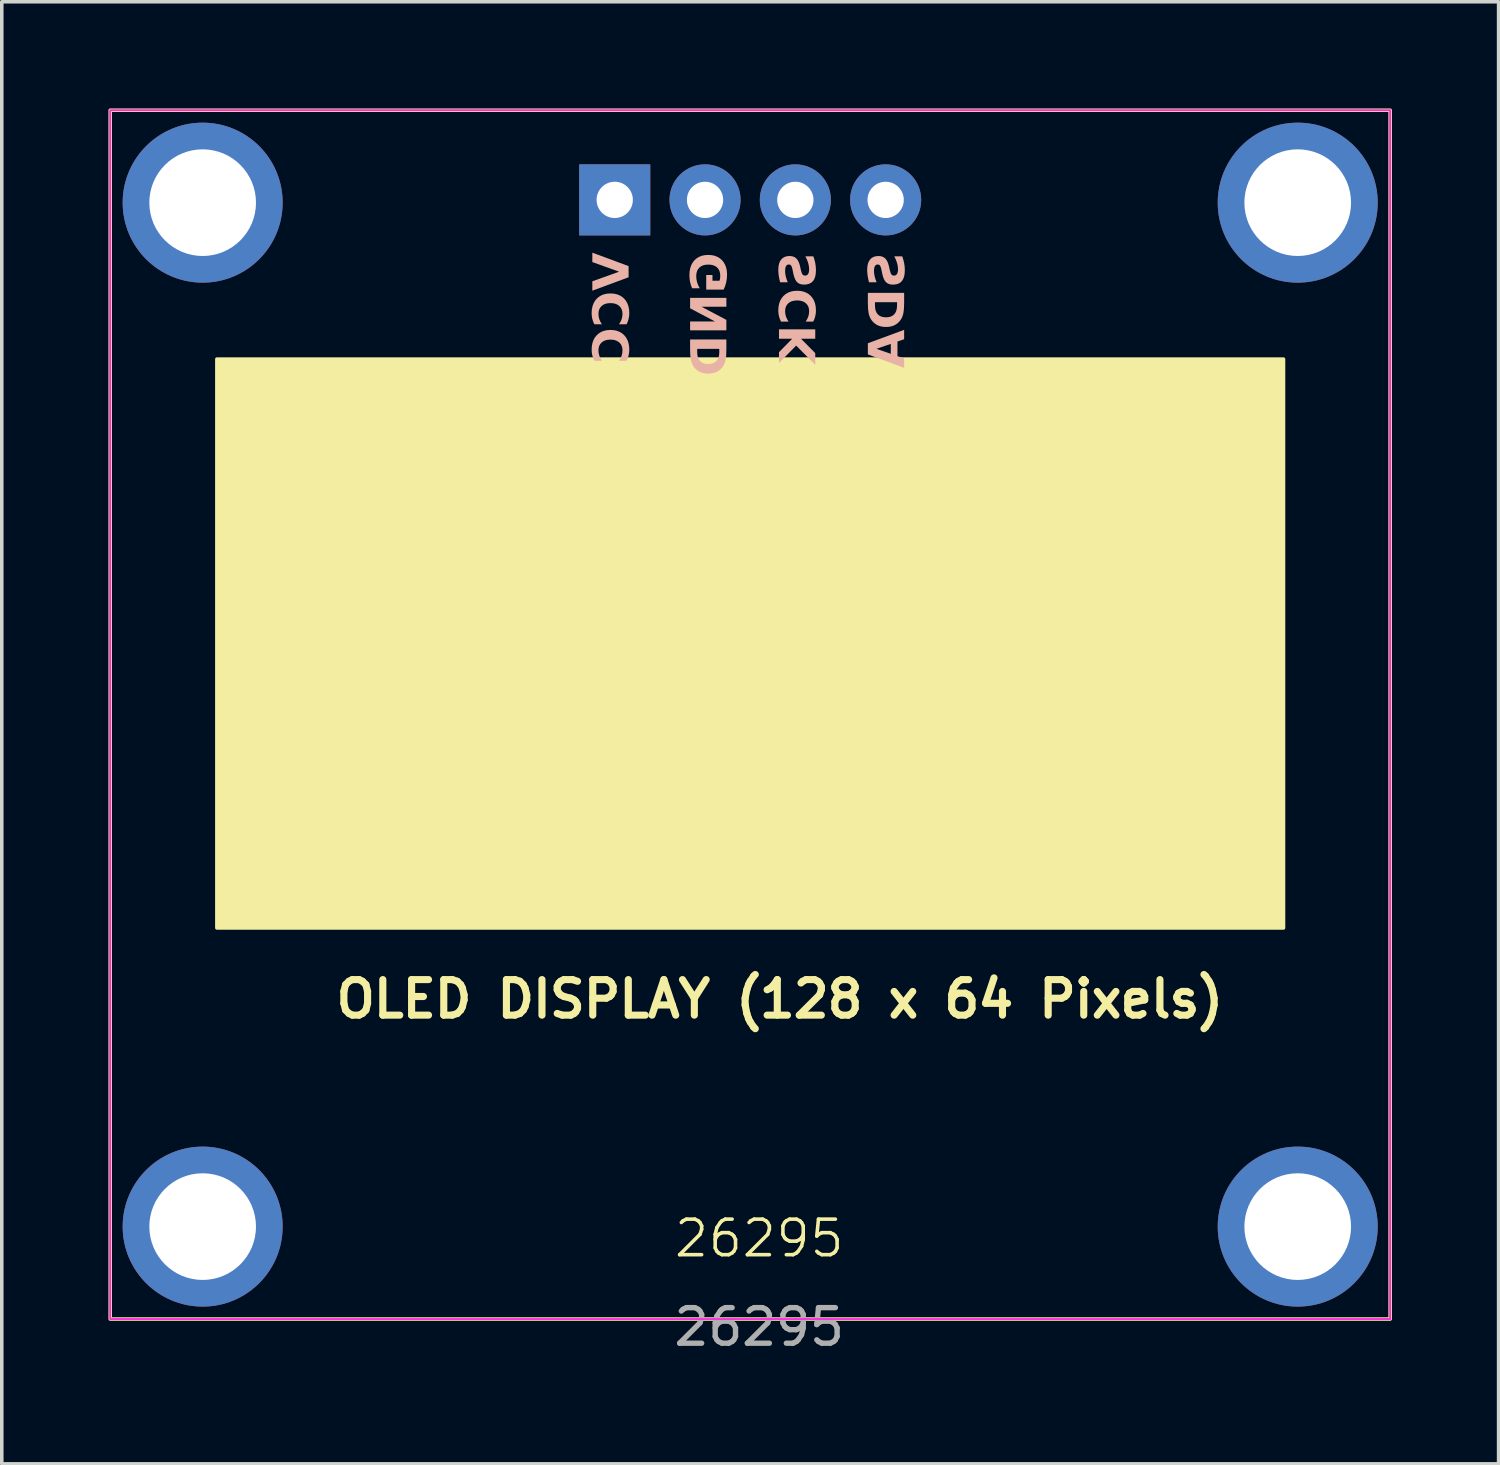
<source format=kicad_pcb>
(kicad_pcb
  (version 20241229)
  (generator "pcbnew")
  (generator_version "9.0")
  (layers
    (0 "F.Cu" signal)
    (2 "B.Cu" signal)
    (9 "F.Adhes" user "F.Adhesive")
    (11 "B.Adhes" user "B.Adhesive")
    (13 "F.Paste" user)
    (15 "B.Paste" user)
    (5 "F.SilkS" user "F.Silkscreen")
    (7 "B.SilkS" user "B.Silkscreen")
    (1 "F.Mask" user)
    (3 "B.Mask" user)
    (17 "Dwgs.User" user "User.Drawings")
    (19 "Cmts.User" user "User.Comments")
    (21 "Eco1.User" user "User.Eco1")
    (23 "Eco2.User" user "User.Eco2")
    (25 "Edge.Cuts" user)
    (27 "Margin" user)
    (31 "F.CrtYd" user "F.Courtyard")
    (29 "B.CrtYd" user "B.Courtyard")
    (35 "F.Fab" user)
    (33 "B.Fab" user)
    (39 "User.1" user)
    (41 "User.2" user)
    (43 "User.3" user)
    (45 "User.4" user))
  (footprint "26295"
    (layer "F.Cu")
    (at 18.05 17.05)
    (property "Reference" "26295" (at 0.254 14.732 0) (unlocked yes) (layer "F.SilkS") (effects (font (size 1 1) (thickness 0.1))))
    (attr smd)
    (fp_rect (start -18 -17) (end 18 17) (stroke (width 0.1) (type default)) (fill no) (layer "F.SilkS"))
    (fp_rect (start -15 -10) (end 15 6) (stroke (width 0.1) (type solid)) (fill yes) (layer "F.SilkS"))
    (fp_rect (start -18 -17) (end 18 17) (stroke (width 0.05) (type solid)) (fill no) (layer "B.SilkS"))
    (fp_rect (start -18 -17) (end 18 17) (stroke (width 0.05) (type default)) (fill no) (layer "F.CrtYd"))
    (fp_text user "OLED DISPLAY (128 x 64 Pixels)" (at -11.75 8 0) (unlocked yes) (layer "F.SilkS") (effects (font (size 1 1) (thickness 0.2) (bold yes)) (justify left)))
    (fp_text user "SCK" (at 2 -13 90) (unlocked yes) (layer "B.SilkS") (effects (font (face "Arial") (size 1 1) (thickness 0.2) (bold yes)) (justify left bottom mirror)))
    (fp_text user "GND" (at -0.5 -13 90) (unlocked yes) (layer "B.SilkS") (effects (font (face "Arial") (size 1 1) (thickness 0.2) (bold yes)) (justify left bottom mirror)))
    (fp_text user "SDA" (at 4.5 -13 90) (unlocked yes) (layer "B.SilkS") (effects (font (face "Arial") (size 1 1) (thickness 0.2) (bold yes)) (justify left bottom mirror)))
    (fp_text user "VCC" (at -3.25 -13 90) (unlocked yes) (layer "B.SilkS") (effects (font (face "Arial") (size 1 1) (thickness 0.2) (bold yes)) (justify left bottom mirror)))
    (fp_text user "${REFERENCE}" (at 0.254 17.224 0) (unlocked yes) (layer "F.Fab") (effects (font (size 1 1) (thickness 0.15))))
    (pad "" np_thru_hole circle (at -15.4 -14.4) (size 4.5 4.5) (drill 3) (layers "*.Cu" "*.Mask"))
    (pad "" np_thru_hole circle (at -15.4 14.4) (size 4.5 4.5) (drill 3) (layers "*.Cu" "*.Mask"))
    (pad "" np_thru_hole circle (at 15.4 -14.4) (size 4.5 4.5) (drill 3) (layers "*.Cu" "*.Mask"))
    (pad "" np_thru_hole circle (at 15.4 14.4) (size 4.5 4.5) (drill 3) (layers "*.Cu" "*.Mask"))
    (pad "1" thru_hole rect (at -3.81 -14.478) (size 2 2) (drill 1.02) (layers "*.Cu" "*.Mask"))
    (pad "2" thru_hole circle (at -1.27 -14.478) (size 2 2) (drill 1.02) (layers "*.Cu" "*.Mask"))
    (pad "3" thru_hole circle (at 1.27 -14.478) (size 2 2) (drill 1.02) (layers "*.Cu" "*.Mask"))
    (pad "4" thru_hole circle (at 3.81 -14.478) (size 2 2) (drill 1.02) (layers "*.Cu" "*.Mask")))
  (gr_rect
    (start -3 -3)
    (end 39.1 38.122)
    (stroke (width 0.1) (type default))
    (fill no)
    (layer "Edge.Cuts")))
</source>
